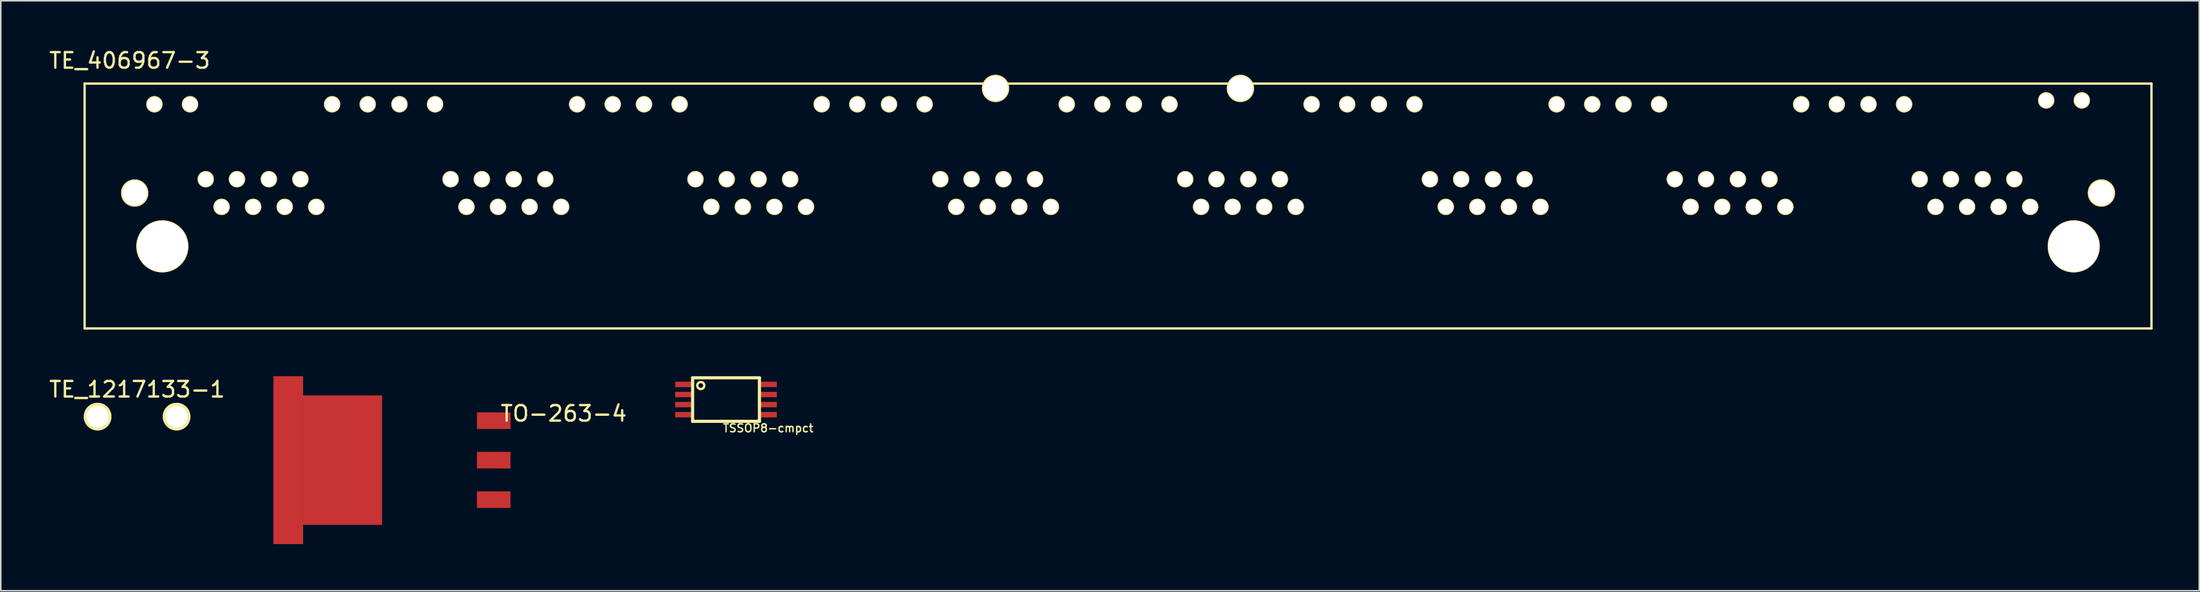
<source format=kicad_pcb>
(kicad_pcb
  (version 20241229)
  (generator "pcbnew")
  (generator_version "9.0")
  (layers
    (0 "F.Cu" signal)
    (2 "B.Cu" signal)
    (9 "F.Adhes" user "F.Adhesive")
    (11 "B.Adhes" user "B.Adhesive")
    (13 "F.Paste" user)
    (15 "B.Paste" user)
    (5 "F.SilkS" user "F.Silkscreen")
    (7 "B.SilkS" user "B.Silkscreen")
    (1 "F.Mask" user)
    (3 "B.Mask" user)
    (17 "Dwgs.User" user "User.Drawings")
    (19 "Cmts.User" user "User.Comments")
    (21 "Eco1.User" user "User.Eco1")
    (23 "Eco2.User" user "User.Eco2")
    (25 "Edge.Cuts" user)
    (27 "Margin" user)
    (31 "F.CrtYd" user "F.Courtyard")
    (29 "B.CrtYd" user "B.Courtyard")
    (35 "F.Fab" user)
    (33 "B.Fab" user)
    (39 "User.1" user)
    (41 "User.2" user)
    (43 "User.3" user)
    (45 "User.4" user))
  (footprint "TE_1217133-1"
    (layer "F.Cu")
    (at 5.768 23.752)
    (property "Reference" "TE_1217133-1" (at 0 -1.75 180) (layer "F.SilkS") (effects (font (size 1 1) (thickness 0.15))))
    (attr through_hole)
    (pad "1" thru_hole circle (at -2.54 0) (size 1.778 1.778) (drill 1.397) (layers "*.Cu" "*.Mask" "F.SilkS"))
    (pad "1" thru_hole circle (at 2.54 0) (size 1.778 1.778) (drill 1.397) (layers "*.Cu" "*.Mask" "F.SilkS")))
  (footprint "TSSOP8-cmpct"
    (layer "F.Cu")
    (at 43.647 22.654)
    (property "Reference" "TSSOP8-cmpct" (at 2.711 1.841 0) (layer "F.SilkS") (effects (font (size 0.508 0.508) (thickness 0.089))))
    (attr smd)
    (fp_line (start -2.2 -0.848) (end -2.2 -1.1) (stroke (width 0.066) (type solid)) (layer "F.SilkS"))
    (fp_line (start -2.2 -0.198) (end -2.2 -0.45) (stroke (width 0.066) (type solid)) (layer "F.SilkS"))
    (fp_line (start -2.2 0.45) (end -2.2 0.198) (stroke (width 0.066) (type solid)) (layer "F.SilkS"))
    (fp_line (start -2.2 1.1) (end -2.2 0.848) (stroke (width 0.066) (type solid)) (layer "F.SilkS"))
    (fp_line (start -2.149 -1.4) (end -2.149 1.4) (stroke (width 0.203) (type solid)) (layer "F.SilkS"))
    (fp_line (start -2.149 1.4) (end 2.149 1.4) (stroke (width 0.203) (type solid)) (layer "F.SilkS"))
    (fp_line (start 2.149 -1.4) (end -2.149 -1.4) (stroke (width 0.203) (type solid)) (layer "F.SilkS"))
    (fp_line (start 2.149 1.4) (end 2.149 -1.4) (stroke (width 0.203) (type solid)) (layer "F.SilkS"))
    (fp_line (start 2.2 -0.848) (end 2.2 -1.1) (stroke (width 0.066) (type solid)) (layer "F.SilkS"))
    (fp_line (start 2.2 -0.198) (end 2.2 -0.45) (stroke (width 0.066) (type solid)) (layer "F.SilkS"))
    (fp_line (start 2.2 0.45) (end 2.2 0.198) (stroke (width 0.066) (type solid)) (layer "F.SilkS"))
    (fp_line (start 2.2 1.1) (end 2.2 0.848) (stroke (width 0.066) (type solid)) (layer "F.SilkS"))
    (fp_circle (center -1.623 -0.902) (end -1.783 -1.062) (stroke (width 0.15) (type solid)) (fill no) (layer "F.SilkS"))
    (pad "1" smd rect (at -2.67 -0.973) (size 1.199 0.348) (layers "F.Cu" "F.Mask" "F.Paste"))
    (pad "2" smd rect (at -2.67 -0.323) (size 1.199 0.348) (layers "F.Cu" "F.Mask" "F.Paste"))
    (pad "3" smd rect (at -2.67 0.323) (size 1.199 0.348) (layers "F.Cu" "F.Mask" "F.Paste"))
    (pad "4" smd rect (at -2.67 0.973) (size 1.199 0.348) (layers "F.Cu" "F.Mask" "F.Paste"))
    (pad "5" smd rect (at 2.67 0.973) (size 1.199 0.348) (layers "F.Cu" "F.Mask" "F.Paste"))
    (pad "6" smd rect (at 2.67 0.323) (size 1.199 0.348) (layers "F.Cu" "F.Mask" "F.Paste"))
    (pad "7" smd rect (at 2.67 -0.323) (size 1.199 0.348) (layers "F.Cu" "F.Mask" "F.Paste"))
    (pad "8" smd rect (at 2.67 -0.973) (size 1.199 0.348) (layers "F.Cu" "F.Mask" "F.Paste")))
  (footprint "TE_406967-3"
    (layer "F.Cu")
    (at 7.392 12.798)
    (property "Reference" "TE_406967-3" (at -2.1 -11.95 0) (layer "F.SilkS") (effects (font (size 1 1) (thickness 0.15))))
    (attr through_hole)
    (fp_line (start -5 -10.47) (end 127.94 -10.47) (stroke (width 0.15) (type solid)) (layer "F.SilkS"))
    (fp_line (start -5 5.28) (end -5 -10.47) (stroke (width 0.15) (type solid)) (layer "F.SilkS"))
    (fp_line (start -5 5.28) (end 127.94 5.28) (stroke (width 0.15) (type solid)) (layer "F.SilkS"))
    (fp_line (start 127.94 5.28) (end 127.94 -10.47) (stroke (width 0.15) (type solid)) (layer "F.SilkS"))
    (pad "" np_thru_hole circle (at 0 0) (size 3.35 3.35) (drill 3.25) (layers "*.Cu" "*.Mask" "F.SilkS"))
    (pad "" np_thru_hole circle (at 122.94 0) (size 3.35 3.35) (drill 3.25) (layers "*.Cu" "*.Mask" "F.SilkS"))
    (pad "0" thru_hole circle (at -1.78 -3.43) (size 1.75 1.75) (drill 1.57) (layers "*.Cu" "*.Mask" "F.SilkS"))
    (pad "0" thru_hole circle (at 53.59 -10.16) (size 1.75 1.75) (drill 1.57) (layers "*.Cu" "*.Mask" "F.SilkS"))
    (pad "0" thru_hole circle (at 69.34 -10.16) (size 1.75 1.75) (drill 1.57) (layers "*.Cu" "*.Mask" "F.SilkS"))
    (pad "0" thru_hole circle (at 124.72 -3.43) (size 1.75 1.75) (drill 1.57) (layers "*.Cu" "*.Mask" "F.SilkS"))
    (pad "1" thru_hole circle (at 120.14 -2.54) (size 1.05 1.05) (drill 0.89) (layers "*.Cu" "*.Mask" "F.SilkS"))
    (pad "2" thru_hole circle (at 119.12 -4.32) (size 1.05 1.05) (drill 0.89) (layers "*.Cu" "*.Mask" "F.SilkS"))
    (pad "3" thru_hole circle (at 118.11 -2.54) (size 1.05 1.05) (drill 0.89) (layers "*.Cu" "*.Mask" "F.SilkS"))
    (pad "4" thru_hole circle (at 117.09 -4.32) (size 1.05 1.05) (drill 0.89) (layers "*.Cu" "*.Mask" "F.SilkS"))
    (pad "5" thru_hole circle (at 116.08 -2.54) (size 1.05 1.05) (drill 0.89) (layers "*.Cu" "*.Mask" "F.SilkS"))
    (pad "6" thru_hole circle (at 115.04 -4.32) (size 1.05 1.05) (drill 0.89) (layers "*.Cu" "*.Mask" "F.SilkS"))
    (pad "7" thru_hole circle (at 114.05 -2.54) (size 1.05 1.05) (drill 0.89) (layers "*.Cu" "*.Mask" "F.SilkS"))
    (pad "8" thru_hole circle (at 113.03 -4.32) (size 1.05 1.05) (drill 0.89) (layers "*.Cu" "*.Mask" "F.SilkS"))
    (pad "9" thru_hole circle (at 123.46 -9.39) (size 1.05 1.05) (drill 0.89) (layers "*.Cu" "*.Mask" "F.SilkS"))
    (pad "10" thru_hole circle (at 121.17 -9.39) (size 1.05 1.05) (drill 0.89) (layers "*.Cu" "*.Mask" "F.SilkS"))
    (pad "11" thru_hole circle (at 112.03 -9.14) (size 1.05 1.05) (drill 0.89) (layers "*.Cu" "*.Mask" "F.SilkS"))
    (pad "12" thru_hole circle (at 109.74 -9.14) (size 1.05 1.05) (drill 0.89) (layers "*.Cu" "*.Mask" "F.SilkS"))
    (pad "13" thru_hole circle (at 104.39 -2.54) (size 1.05 1.05) (drill 0.89) (layers "*.Cu" "*.Mask" "F.SilkS"))
    (pad "14" thru_hole circle (at 103.37 -4.32) (size 1.05 1.05) (drill 0.89) (layers "*.Cu" "*.Mask" "F.SilkS"))
    (pad "15" thru_hole circle (at 102.36 -2.54) (size 1.05 1.05) (drill 0.89) (layers "*.Cu" "*.Mask" "F.SilkS"))
    (pad "16" thru_hole circle (at 101.34 -4.32) (size 1.05 1.05) (drill 0.89) (layers "*.Cu" "*.Mask" "F.SilkS"))
    (pad "17" thru_hole circle (at 100.33 -2.54) (size 1.05 1.05) (drill 0.89) (layers "*.Cu" "*.Mask" "F.SilkS"))
    (pad "18" thru_hole circle (at 99.29 -4.32) (size 1.05 1.05) (drill 0.89) (layers "*.Cu" "*.Mask" "F.SilkS"))
    (pad "19" thru_hole circle (at 98.3 -2.54) (size 1.05 1.05) (drill 0.89) (layers "*.Cu" "*.Mask" "F.SilkS"))
    (pad "20" thru_hole circle (at 97.28 -4.32) (size 1.05 1.05) (drill 0.89) (layers "*.Cu" "*.Mask" "F.SilkS"))
    (pad "21" thru_hole circle (at 107.7 -9.14) (size 1.05 1.05) (drill 0.89) (layers "*.Cu" "*.Mask" "F.SilkS"))
    (pad "22" thru_hole circle (at 105.41 -9.14) (size 1.05 1.05) (drill 0.89) (layers "*.Cu" "*.Mask" "F.SilkS"))
    (pad "23" thru_hole circle (at 96.27 -9.14) (size 1.05 1.05) (drill 0.89) (layers "*.Cu" "*.Mask" "F.SilkS"))
    (pad "24" thru_hole circle (at 93.98 -9.14) (size 1.05 1.05) (drill 0.89) (layers "*.Cu" "*.Mask" "F.SilkS"))
    (pad "25" thru_hole circle (at 88.64 -2.54) (size 1.05 1.05) (drill 0.89) (layers "*.Cu" "*.Mask" "F.SilkS"))
    (pad "26" thru_hole circle (at 87.62 -4.32) (size 1.05 1.05) (drill 0.89) (layers "*.Cu" "*.Mask" "F.SilkS"))
    (pad "27" thru_hole circle (at 86.61 -2.54) (size 1.05 1.05) (drill 0.89) (layers "*.Cu" "*.Mask" "F.SilkS"))
    (pad "28" thru_hole circle (at 85.59 -4.32) (size 1.05 1.05) (drill 0.89) (layers "*.Cu" "*.Mask" "F.SilkS"))
    (pad "29" thru_hole circle (at 84.58 -2.54) (size 1.05 1.05) (drill 0.89) (layers "*.Cu" "*.Mask" "F.SilkS"))
    (pad "30" thru_hole circle (at 83.54 -4.32) (size 1.05 1.05) (drill 0.89) (layers "*.Cu" "*.Mask" "F.SilkS"))
    (pad "31" thru_hole circle (at 82.55 -2.54) (size 1.05 1.05) (drill 0.89) (layers "*.Cu" "*.Mask" "F.SilkS"))
    (pad "32" thru_hole circle (at 81.53 -4.32) (size 1.05 1.05) (drill 0.89) (layers "*.Cu" "*.Mask" "F.SilkS"))
    (pad "33" thru_hole circle (at 91.97 -9.14) (size 1.05 1.05) (drill 0.89) (layers "*.Cu" "*.Mask" "F.SilkS"))
    (pad "34" thru_hole circle (at 89.68 -9.14) (size 1.05 1.05) (drill 0.89) (layers "*.Cu" "*.Mask" "F.SilkS"))
    (pad "35" thru_hole circle (at 80.54 -9.14) (size 1.05 1.05) (drill 0.89) (layers "*.Cu" "*.Mask" "F.SilkS"))
    (pad "36" thru_hole circle (at 78.25 -9.14) (size 1.05 1.05) (drill 0.89) (layers "*.Cu" "*.Mask" "F.SilkS"))
    (pad "37" thru_hole circle (at 72.9 -2.54) (size 1.05 1.05) (drill 0.89) (layers "*.Cu" "*.Mask" "F.SilkS"))
    (pad "38" thru_hole circle (at 71.88 -4.32) (size 1.05 1.05) (drill 0.89) (layers "*.Cu" "*.Mask" "F.SilkS"))
    (pad "39" thru_hole circle (at 70.87 -2.54) (size 1.05 1.05) (drill 0.89) (layers "*.Cu" "*.Mask" "F.SilkS"))
    (pad "40" thru_hole circle (at 69.85 -4.32) (size 1.05 1.05) (drill 0.89) (layers "*.Cu" "*.Mask" "F.SilkS"))
    (pad "41" thru_hole circle (at 68.84 -2.54) (size 1.05 1.05) (drill 0.89) (layers "*.Cu" "*.Mask" "F.SilkS"))
    (pad "42" thru_hole circle (at 67.8 -4.32) (size 1.05 1.05) (drill 0.89) (layers "*.Cu" "*.Mask" "F.SilkS"))
    (pad "43" thru_hole circle (at 66.81 -2.54) (size 1.05 1.05) (drill 0.89) (layers "*.Cu" "*.Mask" "F.SilkS"))
    (pad "44" thru_hole circle (at 65.79 -4.32) (size 1.05 1.05) (drill 0.89) (layers "*.Cu" "*.Mask" "F.SilkS"))
    (pad "45" thru_hole circle (at 76.21 -9.14) (size 1.05 1.05) (drill 0.89) (layers "*.Cu" "*.Mask" "F.SilkS"))
    (pad "46" thru_hole circle (at 73.92 -9.14) (size 1.05 1.05) (drill 0.89) (layers "*.Cu" "*.Mask" "F.SilkS"))
    (pad "47" thru_hole circle (at 64.78 -9.14) (size 1.05 1.05) (drill 0.89) (layers "*.Cu" "*.Mask" "F.SilkS"))
    (pad "48" thru_hole circle (at 62.49 -9.14) (size 1.05 1.05) (drill 0.89) (layers "*.Cu" "*.Mask" "F.SilkS"))
    (pad "49" thru_hole circle (at 57.15 -2.54) (size 1.05 1.05) (drill 0.89) (layers "*.Cu" "*.Mask" "F.SilkS"))
    (pad "50" thru_hole circle (at 56.13 -4.32) (size 1.05 1.05) (drill 0.89) (layers "*.Cu" "*.Mask" "F.SilkS"))
    (pad "51" thru_hole circle (at 55.12 -2.54) (size 1.05 1.05) (drill 0.89) (layers "*.Cu" "*.Mask" "F.SilkS"))
    (pad "52" thru_hole circle (at 54.1 -4.32) (size 1.05 1.05) (drill 0.89) (layers "*.Cu" "*.Mask" "F.SilkS"))
    (pad "53" thru_hole circle (at 53.09 -2.54) (size 1.05 1.05) (drill 0.89) (layers "*.Cu" "*.Mask" "F.SilkS"))
    (pad "54" thru_hole circle (at 52.05 -4.32) (size 1.05 1.05) (drill 0.89) (layers "*.Cu" "*.Mask" "F.SilkS"))
    (pad "55" thru_hole circle (at 51.06 -2.54) (size 1.05 1.05) (drill 0.89) (layers "*.Cu" "*.Mask" "F.SilkS"))
    (pad "56" thru_hole circle (at 50.04 -4.32) (size 1.05 1.05) (drill 0.89) (layers "*.Cu" "*.Mask" "F.SilkS"))
    (pad "57" thru_hole circle (at 60.46 -9.14) (size 1.05 1.05) (drill 0.89) (layers "*.Cu" "*.Mask" "F.SilkS"))
    (pad "58" thru_hole circle (at 58.17 -9.14) (size 1.05 1.05) (drill 0.89) (layers "*.Cu" "*.Mask" "F.SilkS"))
    (pad "59" thru_hole circle (at 49.03 -9.14) (size 1.05 1.05) (drill 0.89) (layers "*.Cu" "*.Mask" "F.SilkS"))
    (pad "60" thru_hole circle (at 46.74 -9.14) (size 1.05 1.05) (drill 0.89) (layers "*.Cu" "*.Mask" "F.SilkS"))
    (pad "61" thru_hole circle (at 41.4 -2.54) (size 1.05 1.05) (drill 0.89) (layers "*.Cu" "*.Mask" "F.SilkS"))
    (pad "62" thru_hole circle (at 40.38 -4.32) (size 1.05 1.05) (drill 0.89) (layers "*.Cu" "*.Mask" "F.SilkS"))
    (pad "63" thru_hole circle (at 39.37 -2.54) (size 1.05 1.05) (drill 0.89) (layers "*.Cu" "*.Mask" "F.SilkS"))
    (pad "64" thru_hole circle (at 38.35 -4.32) (size 1.05 1.05) (drill 0.89) (layers "*.Cu" "*.Mask" "F.SilkS"))
    (pad "65" thru_hole circle (at 37.34 -2.54) (size 1.05 1.05) (drill 0.89) (layers "*.Cu" "*.Mask" "F.SilkS"))
    (pad "66" thru_hole circle (at 36.3 -4.32) (size 1.05 1.05) (drill 0.89) (layers "*.Cu" "*.Mask" "F.SilkS"))
    (pad "67" thru_hole circle (at 35.31 -2.54) (size 1.05 1.05) (drill 0.89) (layers "*.Cu" "*.Mask" "F.SilkS"))
    (pad "68" thru_hole circle (at 34.29 -4.32) (size 1.05 1.05) (drill 0.89) (layers "*.Cu" "*.Mask" "F.SilkS"))
    (pad "69" thru_hole circle (at 44.7 -9.14) (size 1.05 1.05) (drill 0.89) (layers "*.Cu" "*.Mask" "F.SilkS"))
    (pad "70" thru_hole circle (at 42.41 -9.14) (size 1.05 1.05) (drill 0.89) (layers "*.Cu" "*.Mask" "F.SilkS"))
    (pad "71" thru_hole circle (at 33.27 -9.14) (size 1.05 1.05) (drill 0.89) (layers "*.Cu" "*.Mask" "F.SilkS"))
    (pad "72" thru_hole circle (at 30.98 -9.14) (size 1.05 1.05) (drill 0.89) (layers "*.Cu" "*.Mask" "F.SilkS"))
    (pad "73" thru_hole circle (at 25.65 -2.54) (size 1.05 1.05) (drill 0.89) (layers "*.Cu" "*.Mask" "F.SilkS"))
    (pad "74" thru_hole circle (at 24.63 -4.32) (size 1.05 1.05) (drill 0.89) (layers "*.Cu" "*.Mask" "F.SilkS"))
    (pad "75" thru_hole circle (at 23.62 -2.54) (size 1.05 1.05) (drill 0.89) (layers "*.Cu" "*.Mask" "F.SilkS"))
    (pad "76" thru_hole circle (at 22.6 -4.32) (size 1.05 1.05) (drill 0.89) (layers "*.Cu" "*.Mask" "F.SilkS"))
    (pad "77" thru_hole circle (at 21.59 -2.54) (size 1.05 1.05) (drill 0.89) (layers "*.Cu" "*.Mask" "F.SilkS"))
    (pad "78" thru_hole circle (at 20.55 -4.32) (size 1.05 1.05) (drill 0.89) (layers "*.Cu" "*.Mask" "F.SilkS"))
    (pad "79" thru_hole circle (at 19.56 -2.54) (size 1.05 1.05) (drill 0.89) (layers "*.Cu" "*.Mask" "F.SilkS"))
    (pad "80" thru_hole circle (at 18.54 -4.32) (size 1.05 1.05) (drill 0.89) (layers "*.Cu" "*.Mask" "F.SilkS"))
    (pad "81" thru_hole circle (at 28.97 -9.14) (size 1.05 1.05) (drill 0.89) (layers "*.Cu" "*.Mask" "F.SilkS"))
    (pad "82" thru_hole circle (at 26.68 -9.14) (size 1.05 1.05) (drill 0.89) (layers "*.Cu" "*.Mask" "F.SilkS"))
    (pad "83" thru_hole circle (at 17.54 -9.14) (size 1.05 1.05) (drill 0.89) (layers "*.Cu" "*.Mask" "F.SilkS"))
    (pad "84" thru_hole circle (at 15.25 -9.14) (size 1.05 1.05) (drill 0.89) (layers "*.Cu" "*.Mask" "F.SilkS"))
    (pad "85" thru_hole circle (at 9.9 -2.54) (size 1.05 1.05) (drill 0.89) (layers "*.Cu" "*.Mask" "F.SilkS"))
    (pad "86" thru_hole circle (at 8.88 -4.32) (size 1.05 1.05) (drill 0.89) (layers "*.Cu" "*.Mask" "F.SilkS"))
    (pad "87" thru_hole circle (at 7.87 -2.54) (size 1.05 1.05) (drill 0.89) (layers "*.Cu" "*.Mask" "F.SilkS"))
    (pad "88" thru_hole circle (at 6.85 -4.32) (size 1.05 1.05) (drill 0.89) (layers "*.Cu" "*.Mask" "F.SilkS"))
    (pad "89" thru_hole circle (at 5.84 -2.54) (size 1.05 1.05) (drill 0.89) (layers "*.Cu" "*.Mask" "F.SilkS"))
    (pad "90" thru_hole circle (at 4.8 -4.32) (size 1.05 1.05) (drill 0.89) (layers "*.Cu" "*.Mask" "F.SilkS"))
    (pad "91" thru_hole circle (at 3.81 -2.54) (size 1.05 1.05) (drill 0.89) (layers "*.Cu" "*.Mask" "F.SilkS"))
    (pad "92" thru_hole circle (at 2.79 -4.32) (size 1.05 1.05) (drill 0.89) (layers "*.Cu" "*.Mask" "F.SilkS"))
    (pad "93" thru_hole circle (at 13.21 -9.14) (size 1.05 1.05) (drill 0.89) (layers "*.Cu" "*.Mask" "F.SilkS"))
    (pad "94" thru_hole circle (at 10.92 -9.14) (size 1.05 1.05) (drill 0.89) (layers "*.Cu" "*.Mask" "F.SilkS"))
    (pad "95" thru_hole circle (at 1.78 -9.14) (size 1.05 1.05) (drill 0.89) (layers "*.Cu" "*.Mask" "F.SilkS"))
    (pad "96" thru_hole circle (at -0.51 -9.14) (size 1.05 1.05) (drill 0.89) (layers "*.Cu" "*.Mask" "F.SilkS")))
  (footprint "TO-263-4"
    (layer "F.Cu")
    (at 28.706 26.553)
    (property "Reference" "TO-263-4" (at 4.5 -3 0) (layer "F.SilkS") (effects (font (size 1 1) (thickness 0.15))))
    (attr through_hole)
    (pad "1" smd rect (at 0 2.54) (size 2.16 1.07) (layers "F.Cu" "F.Mask" "F.Paste"))
    (pad "2" smd rect (at 0 0) (size 2.16 1.07) (layers "F.Cu" "F.Mask" "F.Paste"))
    (pad "3" smd rect (at 0 -2.54) (size 2.16 1.07) (layers "F.Cu" "F.Mask" "F.Paste"))
    (pad "4" smd rect (at -13.215 0) (size 1.91 10.8) (layers "F.Cu" "F.Mask" "F.Paste"))
    (pad "4" smd rect (at -9.72 0) (size 5.08 8.33) (layers "F.Cu" "F.Mask" "F.Paste")))
  (gr_rect
    (start -3 -3)
    (end 138.407 34.953)
    (stroke (width 0.1) (type default))
    (fill no)
    (layer "Edge.Cuts")))
</source>
